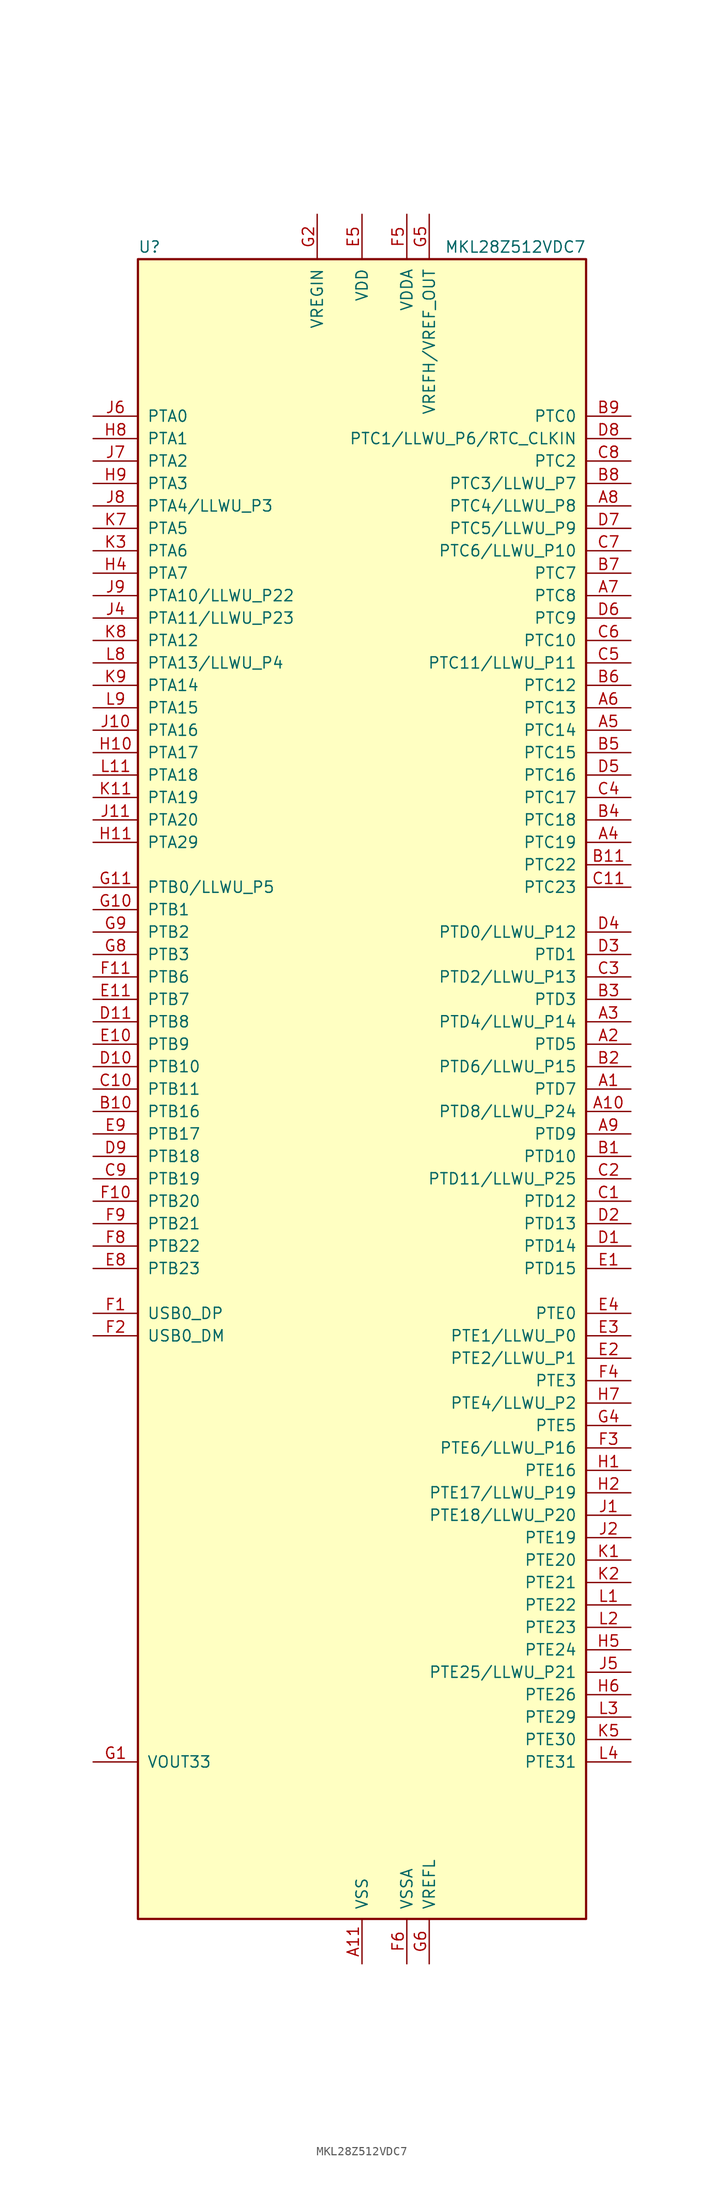
<source format=kicad_sym>
(kicad_symbol_lib
  (version 20200908)
  (generator kicad_symbol_editor)
  (symbol "MCU_NXP_Kinetis:MKL28Z512VDC7"
    (pin_names
      (offset 1.016))
    (property "Reference" "U"
      (at -25.4 94.615 0)
      (effects (font (size 1.27 1.27)) (justify left bottom)))
    (property "Value" "MKL28Z512VDC7"
      (at 25.4 94.615 0)
      (effects (font (size 1.27 1.27)) (justify right bottom)))
    (symbol "MKL28Z512VDC7_0_1"
      (rectangle (start -25.4 93.98) (end 25.4 -93.98) (stroke (width 0.254)) (fill (type background))))
    (symbol "MKL28Z512VDC7_1_1"
      (pin bidirectional line (at 30.48 0 180) (length 5.08) (name "PTD7" (effects (font (size 1.27 1.27)))) (number "A1" (effects (font (size 1.27 1.27)))))
      (pin bidirectional line (at 30.48 -2.54 180) (length 5.08) (name "PTD8/LLWU_P24" (effects (font (size 1.27 1.27)))) (number "A10" (effects (font (size 1.27 1.27)))))
      (pin power_in line (at 0 -99.06 90) (length 5.08) (name "VSS" (effects (font (size 1.27 1.27)))) (number "A11" (effects (font (size 1.27 1.27)))))
      (pin bidirectional line (at 30.48 5.08 180) (length 5.08) (name "PTD5" (effects (font (size 1.27 1.27)))) (number "A2" (effects (font (size 1.27 1.27)))))
      (pin bidirectional line (at 30.48 7.62 180) (length 5.08) (name "PTD4/LLWU_P14" (effects (font (size 1.27 1.27)))) (number "A3" (effects (font (size 1.27 1.27)))))
      (pin bidirectional line (at 30.48 27.94 180) (length 5.08) (name "PTC19" (effects (font (size 1.27 1.27)))) (number "A4" (effects (font (size 1.27 1.27)))))
      (pin bidirectional line (at 30.48 40.64 180) (length 5.08) (name "PTC14" (effects (font (size 1.27 1.27)))) (number "A5" (effects (font (size 1.27 1.27)))))
      (pin bidirectional line (at 30.48 43.18 180) (length 5.08) (name "PTC13" (effects (font (size 1.27 1.27)))) (number "A6" (effects (font (size 1.27 1.27)))))
      (pin bidirectional line (at 30.48 55.88 180) (length 5.08) (name "PTC8" (effects (font (size 1.27 1.27)))) (number "A7" (effects (font (size 1.27 1.27)))))
      (pin bidirectional line (at 30.48 66.04 180) (length 5.08) (name "PTC4/LLWU_P8" (effects (font (size 1.27 1.27)))) (number "A8" (effects (font (size 1.27 1.27)))))
      (pin bidirectional line (at 30.48 -5.08 180) (length 5.08) (name "PTD9" (effects (font (size 1.27 1.27)))) (number "A9" (effects (font (size 1.27 1.27)))))
      (pin bidirectional line (at 30.48 -7.62 180) (length 5.08) (name "PTD10" (effects (font (size 1.27 1.27)))) (number "B1" (effects (font (size 1.27 1.27)))))
      (pin bidirectional line (at -30.48 -2.54 0) (length 5.08) (name "PTB16" (effects (font (size 1.27 1.27)))) (number "B10" (effects (font (size 1.27 1.27)))))
      (pin bidirectional line (at 30.48 25.4 180) (length 5.08) (name "PTC22" (effects (font (size 1.27 1.27)))) (number "B11" (effects (font (size 1.27 1.27)))))
      (pin bidirectional line (at 30.48 2.54 180) (length 5.08) (name "PTD6/LLWU_P15" (effects (font (size 1.27 1.27)))) (number "B2" (effects (font (size 1.27 1.27)))))
      (pin bidirectional line (at 30.48 10.16 180) (length 5.08) (name "PTD3" (effects (font (size 1.27 1.27)))) (number "B3" (effects (font (size 1.27 1.27)))))
      (pin bidirectional line (at 30.48 30.48 180) (length 5.08) (name "PTC18" (effects (font (size 1.27 1.27)))) (number "B4" (effects (font (size 1.27 1.27)))))
      (pin bidirectional line (at 30.48 38.1 180) (length 5.08) (name "PTC15" (effects (font (size 1.27 1.27)))) (number "B5" (effects (font (size 1.27 1.27)))))
      (pin bidirectional line (at 30.48 45.72 180) (length 5.08) (name "PTC12" (effects (font (size 1.27 1.27)))) (number "B6" (effects (font (size 1.27 1.27)))))
      (pin bidirectional line (at 30.48 58.42 180) (length 5.08) (name "PTC7" (effects (font (size 1.27 1.27)))) (number "B7" (effects (font (size 1.27 1.27)))))
      (pin bidirectional line (at 30.48 68.58 180) (length 5.08) (name "PTC3/LLWU_P7" (effects (font (size 1.27 1.27)))) (number "B8" (effects (font (size 1.27 1.27)))))
      (pin bidirectional line (at 30.48 76.2 180) (length 5.08) (name "PTC0" (effects (font (size 1.27 1.27)))) (number "B9" (effects (font (size 1.27 1.27)))))
      (pin bidirectional line (at 30.48 -12.7 180) (length 5.08) (name "PTD12" (effects (font (size 1.27 1.27)))) (number "C1" (effects (font (size 1.27 1.27)))))
      (pin bidirectional line (at -30.48 0 0) (length 5.08) (name "PTB11" (effects (font (size 1.27 1.27)))) (number "C10" (effects (font (size 1.27 1.27)))))
      (pin bidirectional line (at 30.48 22.86 180) (length 5.08) (name "PTC23" (effects (font (size 1.27 1.27)))) (number "C11" (effects (font (size 1.27 1.27)))))
      (pin bidirectional line (at 30.48 -10.16 180) (length 5.08) (name "PTD11/LLWU_P25" (effects (font (size 1.27 1.27)))) (number "C2" (effects (font (size 1.27 1.27)))))
      (pin bidirectional line (at 30.48 12.7 180) (length 5.08) (name "PTD2/LLWU_P13" (effects (font (size 1.27 1.27)))) (number "C3" (effects (font (size 1.27 1.27)))))
      (pin bidirectional line (at 30.48 33.02 180) (length 5.08) (name "PTC17" (effects (font (size 1.27 1.27)))) (number "C4" (effects (font (size 1.27 1.27)))))
      (pin bidirectional line (at 30.48 48.26 180) (length 5.08) (name "PTC11/LLWU_P11" (effects (font (size 1.27 1.27)))) (number "C5" (effects (font (size 1.27 1.27)))))
      (pin bidirectional line (at 30.48 50.8 180) (length 5.08) (name "PTC10" (effects (font (size 1.27 1.27)))) (number "C6" (effects (font (size 1.27 1.27)))))
      (pin bidirectional line (at 30.48 60.96 180) (length 5.08) (name "PTC6/LLWU_P10" (effects (font (size 1.27 1.27)))) (number "C7" (effects (font (size 1.27 1.27)))))
      (pin bidirectional line (at 30.48 71.12 180) (length 5.08) (name "PTC2" (effects (font (size 1.27 1.27)))) (number "C8" (effects (font (size 1.27 1.27)))))
      (pin bidirectional line (at -30.48 -10.16 0) (length 5.08) (name "PTB19" (effects (font (size 1.27 1.27)))) (number "C9" (effects (font (size 1.27 1.27)))))
      (pin bidirectional line (at 30.48 -17.78 180) (length 5.08) (name "PTD14" (effects (font (size 1.27 1.27)))) (number "D1" (effects (font (size 1.27 1.27)))))
      (pin bidirectional line (at -30.48 2.54 0) (length 5.08) (name "PTB10" (effects (font (size 1.27 1.27)))) (number "D10" (effects (font (size 1.27 1.27)))))
      (pin bidirectional line (at -30.48 7.62 0) (length 5.08) (name "PTB8" (effects (font (size 1.27 1.27)))) (number "D11" (effects (font (size 1.27 1.27)))))
      (pin bidirectional line (at 30.48 -15.24 180) (length 5.08) (name "PTD13" (effects (font (size 1.27 1.27)))) (number "D2" (effects (font (size 1.27 1.27)))))
      (pin bidirectional line (at 30.48 15.24 180) (length 5.08) (name "PTD1" (effects (font (size 1.27 1.27)))) (number "D3" (effects (font (size 1.27 1.27)))))
      (pin bidirectional line (at 30.48 17.78 180) (length 5.08) (name "PTD0/LLWU_P12" (effects (font (size 1.27 1.27)))) (number "D4" (effects (font (size 1.27 1.27)))))
      (pin bidirectional line (at 30.48 35.56 180) (length 5.08) (name "PTC16" (effects (font (size 1.27 1.27)))) (number "D5" (effects (font (size 1.27 1.27)))))
      (pin bidirectional line (at 30.48 53.34 180) (length 5.08) (name "PTC9" (effects (font (size 1.27 1.27)))) (number "D6" (effects (font (size 1.27 1.27)))))
      (pin bidirectional line (at 30.48 63.5 180) (length 5.08) (name "PTC5/LLWU_P9" (effects (font (size 1.27 1.27)))) (number "D7" (effects (font (size 1.27 1.27)))))
      (pin bidirectional line (at 30.48 73.66 180) (length 5.08) (name "PTC1/LLWU_P6/RTC_CLKIN" (effects (font (size 1.27 1.27)))) (number "D8" (effects (font (size 1.27 1.27)))))
      (pin bidirectional line (at -30.48 -7.62 0) (length 5.08) (name "PTB18" (effects (font (size 1.27 1.27)))) (number "D9" (effects (font (size 1.27 1.27)))))
      (pin bidirectional line (at 30.48 -20.32 180) (length 5.08) (name "PTD15" (effects (font (size 1.27 1.27)))) (number "E1" (effects (font (size 1.27 1.27)))))
      (pin bidirectional line (at -30.48 5.08 0) (length 5.08) (name "PTB9" (effects (font (size 1.27 1.27)))) (number "E10" (effects (font (size 1.27 1.27)))))
      (pin bidirectional line (at -30.48 10.16 0) (length 5.08) (name "PTB7" (effects (font (size 1.27 1.27)))) (number "E11" (effects (font (size 1.27 1.27)))))
      (pin bidirectional line (at 30.48 -30.48 180) (length 5.08) (name "PTE2/LLWU_P1" (effects (font (size 1.27 1.27)))) (number "E2" (effects (font (size 1.27 1.27)))))
      (pin bidirectional line (at 30.48 -27.94 180) (length 5.08) (name "PTE1/LLWU_P0" (effects (font (size 1.27 1.27)))) (number "E3" (effects (font (size 1.27 1.27)))))
      (pin bidirectional line (at 30.48 -25.4 180) (length 5.08) (name "PTE0" (effects (font (size 1.27 1.27)))) (number "E4" (effects (font (size 1.27 1.27)))))
      (pin power_in line (at 0 99.06 270) (length 5.08) (name "VDD" (effects (font (size 1.27 1.27)))) (number "E5" (effects (font (size 1.27 1.27)))))
      (pin passive line (at 0 99.06 270) (length 5.08) hide (name "VDD" (effects (font (size 1.27 1.27)))) (number "E6" (effects (font (size 1.27 1.27)))))
      (pin passive line (at 0 99.06 270) (length 5.08) hide (name "VDD" (effects (font (size 1.27 1.27)))) (number "E7" (effects (font (size 1.27 1.27)))))
      (pin bidirectional line (at -30.48 -20.32 0) (length 5.08) (name "PTB23" (effects (font (size 1.27 1.27)))) (number "E8" (effects (font (size 1.27 1.27)))))
      (pin bidirectional line (at -30.48 -5.08 0) (length 5.08) (name "PTB17" (effects (font (size 1.27 1.27)))) (number "E9" (effects (font (size 1.27 1.27)))))
      (pin bidirectional line (at -30.48 -25.4 0) (length 5.08) (name "USB0_DP" (effects (font (size 1.27 1.27)))) (number "F1" (effects (font (size 1.27 1.27)))))
      (pin bidirectional line (at -30.48 -12.7 0) (length 5.08) (name "PTB20" (effects (font (size 1.27 1.27)))) (number "F10" (effects (font (size 1.27 1.27)))))
      (pin bidirectional line (at -30.48 12.7 0) (length 5.08) (name "PTB6" (effects (font (size 1.27 1.27)))) (number "F11" (effects (font (size 1.27 1.27)))))
      (pin bidirectional line (at -30.48 -27.94 0) (length 5.08) (name "USB0_DM" (effects (font (size 1.27 1.27)))) (number "F2" (effects (font (size 1.27 1.27)))))
      (pin bidirectional line (at 30.48 -40.64 180) (length 5.08) (name "PTE6/LLWU_P16" (effects (font (size 1.27 1.27)))) (number "F3" (effects (font (size 1.27 1.27)))))
      (pin bidirectional line (at 30.48 -33.02 180) (length 5.08) (name "PTE3" (effects (font (size 1.27 1.27)))) (number "F4" (effects (font (size 1.27 1.27)))))
      (pin power_in line (at 5.08 99.06 270) (length 5.08) (name "VDDA" (effects (font (size 1.27 1.27)))) (number "F5" (effects (font (size 1.27 1.27)))))
      (pin power_in line (at 5.08 -99.06 90) (length 5.08) (name "VSSA" (effects (font (size 1.27 1.27)))) (number "F6" (effects (font (size 1.27 1.27)))))
      (pin passive line (at 0 -99.06 90) (length 5.08) hide (name "VSS" (effects (font (size 1.27 1.27)))) (number "F7" (effects (font (size 1.27 1.27)))))
      (pin bidirectional line (at -30.48 -17.78 0) (length 5.08) (name "PTB22" (effects (font (size 1.27 1.27)))) (number "F8" (effects (font (size 1.27 1.27)))))
      (pin bidirectional line (at -30.48 -15.24 0) (length 5.08) (name "PTB21" (effects (font (size 1.27 1.27)))) (number "F9" (effects (font (size 1.27 1.27)))))
      (pin power_out line (at -30.48 -76.2 0) (length 5.08) (name "VOUT33" (effects (font (size 1.27 1.27)))) (number "G1" (effects (font (size 1.27 1.27)))))
      (pin bidirectional line (at -30.48 20.32 0) (length 5.08) (name "PTB1" (effects (font (size 1.27 1.27)))) (number "G10" (effects (font (size 1.27 1.27)))))
      (pin bidirectional line (at -30.48 22.86 0) (length 5.08) (name "PTB0/LLWU_P5" (effects (font (size 1.27 1.27)))) (number "G11" (effects (font (size 1.27 1.27)))))
      (pin power_in line (at -5.08 99.06 270) (length 5.08) (name "VREGIN" (effects (font (size 1.27 1.27)))) (number "G2" (effects (font (size 1.27 1.27)))))
      (pin passive line (at 0 -99.06 90) (length 5.08) hide (name "VSS" (effects (font (size 1.27 1.27)))) (number "G3" (effects (font (size 1.27 1.27)))))
      (pin bidirectional line (at 30.48 -38.1 180) (length 5.08) (name "PTE5" (effects (font (size 1.27 1.27)))) (number "G4" (effects (font (size 1.27 1.27)))))
      (pin power_in line (at 7.62 99.06 270) (length 5.08) (name "VREFH/VREF_OUT" (effects (font (size 1.27 1.27)))) (number "G5" (effects (font (size 1.27 1.27)))))
      (pin power_in line (at 7.62 -99.06 90) (length 5.08) (name "VREFL" (effects (font (size 1.27 1.27)))) (number "G6" (effects (font (size 1.27 1.27)))))
      (pin passive line (at 0 -99.06 90) (length 5.08) hide (name "VSS" (effects (font (size 1.27 1.27)))) (number "G7" (effects (font (size 1.27 1.27)))))
      (pin bidirectional line (at -30.48 15.24 0) (length 5.08) (name "PTB3" (effects (font (size 1.27 1.27)))) (number "G8" (effects (font (size 1.27 1.27)))))
      (pin bidirectional line (at -30.48 17.78 0) (length 5.08) (name "PTB2" (effects (font (size 1.27 1.27)))) (number "G9" (effects (font (size 1.27 1.27)))))
      (pin bidirectional line (at 30.48 -43.18 180) (length 5.08) (name "PTE16" (effects (font (size 1.27 1.27)))) (number "H1" (effects (font (size 1.27 1.27)))))
      (pin bidirectional line (at -30.48 38.1 0) (length 5.08) (name "PTA17" (effects (font (size 1.27 1.27)))) (number "H10" (effects (font (size 1.27 1.27)))))
      (pin bidirectional line (at -30.48 27.94 0) (length 5.08) (name "PTA29" (effects (font (size 1.27 1.27)))) (number "H11" (effects (font (size 1.27 1.27)))))
      (pin bidirectional line (at 30.48 -45.72 180) (length 5.08) (name "PTE17/LLWU_P19" (effects (font (size 1.27 1.27)))) (number "H2" (effects (font (size 1.27 1.27)))))
      (pin unconnected line (at -25.4 -63.5 0) (length 5.08) hide (name "NC" (effects (font (size 1.27 1.27)))) (number "H3" (effects (font (size 1.27 1.27)))))
      (pin bidirectional line (at -30.48 58.42 0) (length 5.08) (name "PTA7" (effects (font (size 1.27 1.27)))) (number "H4" (effects (font (size 1.27 1.27)))))
      (pin bidirectional line (at 30.48 -63.5 180) (length 5.08) (name "PTE24" (effects (font (size 1.27 1.27)))) (number "H5" (effects (font (size 1.27 1.27)))))
      (pin bidirectional line (at 30.48 -68.58 180) (length 5.08) (name "PTE26" (effects (font (size 1.27 1.27)))) (number "H6" (effects (font (size 1.27 1.27)))))
      (pin bidirectional line (at 30.48 -35.56 180) (length 5.08) (name "PTE4/LLWU_P2" (effects (font (size 1.27 1.27)))) (number "H7" (effects (font (size 1.27 1.27)))))
      (pin bidirectional line (at -30.48 73.66 0) (length 5.08) (name "PTA1" (effects (font (size 1.27 1.27)))) (number "H8" (effects (font (size 1.27 1.27)))))
      (pin bidirectional line (at -30.48 68.58 0) (length 5.08) (name "PTA3" (effects (font (size 1.27 1.27)))) (number "H9" (effects (font (size 1.27 1.27)))))
      (pin bidirectional line (at 30.48 -48.26 180) (length 5.08) (name "PTE18/LLWU_P20" (effects (font (size 1.27 1.27)))) (number "J1" (effects (font (size 1.27 1.27)))))
      (pin bidirectional line (at -30.48 40.64 0) (length 5.08) (name "PTA16" (effects (font (size 1.27 1.27)))) (number "J10" (effects (font (size 1.27 1.27)))))
      (pin bidirectional line (at -30.48 30.48 0) (length 5.08) (name "PTA20" (effects (font (size 1.27 1.27)))) (number "J11" (effects (font (size 1.27 1.27)))))
      (pin bidirectional line (at 30.48 -50.8 180) (length 5.08) (name "PTE19" (effects (font (size 1.27 1.27)))) (number "J2" (effects (font (size 1.27 1.27)))))
      (pin unconnected line (at -25.4 -66.04 0) (length 5.08) hide (name "NC" (effects (font (size 1.27 1.27)))) (number "J3" (effects (font (size 1.27 1.27)))))
      (pin bidirectional line (at -30.48 53.34 0) (length 5.08) (name "PTA11/LLWU_P23" (effects (font (size 1.27 1.27)))) (number "J4" (effects (font (size 1.27 1.27)))))
      (pin bidirectional line (at 30.48 -66.04 180) (length 5.08) (name "PTE25/LLWU_P21" (effects (font (size 1.27 1.27)))) (number "J5" (effects (font (size 1.27 1.27)))))
      (pin bidirectional line (at -30.48 76.2 0) (length 5.08) (name "PTA0" (effects (font (size 1.27 1.27)))) (number "J6" (effects (font (size 1.27 1.27)))))
      (pin bidirectional line (at -30.48 71.12 0) (length 5.08) (name "PTA2" (effects (font (size 1.27 1.27)))) (number "J7" (effects (font (size 1.27 1.27)))))
      (pin bidirectional line (at -30.48 66.04 0) (length 5.08) (name "PTA4/LLWU_P3" (effects (font (size 1.27 1.27)))) (number "J8" (effects (font (size 1.27 1.27)))))
      (pin bidirectional line (at -30.48 55.88 0) (length 5.08) (name "PTA10/LLWU_P22" (effects (font (size 1.27 1.27)))) (number "J9" (effects (font (size 1.27 1.27)))))
      (pin bidirectional line (at 30.48 -53.34 180) (length 5.08) (name "PTE20" (effects (font (size 1.27 1.27)))) (number "K1" (effects (font (size 1.27 1.27)))))
      (pin passive line (at 0 -99.06 90) (length 5.08) hide (name "VSS" (effects (font (size 1.27 1.27)))) (number "K10" (effects (font (size 1.27 1.27)))))
      (pin bidirectional line (at -30.48 33.02 0) (length 5.08) (name "PTA19" (effects (font (size 1.27 1.27)))) (number "K11" (effects (font (size 1.27 1.27)))))
      (pin bidirectional line (at 30.48 -55.88 180) (length 5.08) (name "PTE21" (effects (font (size 1.27 1.27)))) (number "K2" (effects (font (size 1.27 1.27)))))
      (pin bidirectional line (at -30.48 60.96 0) (length 5.08) (name "PTA6" (effects (font (size 1.27 1.27)))) (number "K3" (effects (font (size 1.27 1.27)))))
      (pin unconnected line (at -25.4 -68.58 0) (length 5.08) hide (name "NC" (effects (font (size 1.27 1.27)))) (number "K4" (effects (font (size 1.27 1.27)))))
      (pin bidirectional line (at 30.48 -73.66 180) (length 5.08) (name "PTE30" (effects (font (size 1.27 1.27)))) (number "K5" (effects (font (size 1.27 1.27)))))
      (pin passive line (at 0 99.06 270) (length 5.08) hide (name "VDD" (effects (font (size 1.27 1.27)))) (number "K6" (effects (font (size 1.27 1.27)))))
      (pin bidirectional line (at -30.48 63.5 0) (length 5.08) (name "PTA5" (effects (font (size 1.27 1.27)))) (number "K7" (effects (font (size 1.27 1.27)))))
      (pin bidirectional line (at -30.48 50.8 0) (length 5.08) (name "PTA12" (effects (font (size 1.27 1.27)))) (number "K8" (effects (font (size 1.27 1.27)))))
      (pin bidirectional line (at -30.48 45.72 0) (length 5.08) (name "PTA14" (effects (font (size 1.27 1.27)))) (number "K9" (effects (font (size 1.27 1.27)))))
      (pin bidirectional line (at 30.48 -58.42 180) (length 5.08) (name "PTE22" (effects (font (size 1.27 1.27)))) (number "L1" (effects (font (size 1.27 1.27)))))
      (pin passive line (at 0 99.06 270) (length 5.08) hide (name "VDD" (effects (font (size 1.27 1.27)))) (number "L10" (effects (font (size 1.27 1.27)))))
      (pin bidirectional line (at -30.48 35.56 0) (length 5.08) (name "PTA18" (effects (font (size 1.27 1.27)))) (number "L11" (effects (font (size 1.27 1.27)))))
      (pin bidirectional line (at 30.48 -60.96 180) (length 5.08) (name "PTE23" (effects (font (size 1.27 1.27)))) (number "L2" (effects (font (size 1.27 1.27)))))
      (pin bidirectional line (at 30.48 -71.12 180) (length 5.08) (name "PTE29" (effects (font (size 1.27 1.27)))) (number "L3" (effects (font (size 1.27 1.27)))))
      (pin bidirectional line (at 30.48 -76.2 180) (length 5.08) (name "PTE31" (effects (font (size 1.27 1.27)))) (number "L4" (effects (font (size 1.27 1.27)))))
      (pin passive line (at 0 -99.06 90) (length 5.08) hide (name "VSS" (effects (font (size 1.27 1.27)))) (number "L5" (effects (font (size 1.27 1.27)))))
      (pin passive line (at 0 -99.06 90) (length 5.08) hide (name "VSS" (effects (font (size 1.27 1.27)))) (number "L6" (effects (font (size 1.27 1.27)))))
      (pin unconnected line (at -25.4 -71.12 0) (length 5.08) hide (name "NC" (effects (font (size 1.27 1.27)))) (number "L7" (effects (font (size 1.27 1.27)))))
      (pin bidirectional line (at -30.48 48.26 0) (length 5.08) (name "PTA13/LLWU_P4" (effects (font (size 1.27 1.27)))) (number "L8" (effects (font (size 1.27 1.27)))))
      (pin bidirectional line (at -30.48 43.18 0) (length 5.08) (name "PTA15" (effects (font (size 1.27 1.27)))) (number "L9" (effects (font (size 1.27 1.27))))))))
</source>
